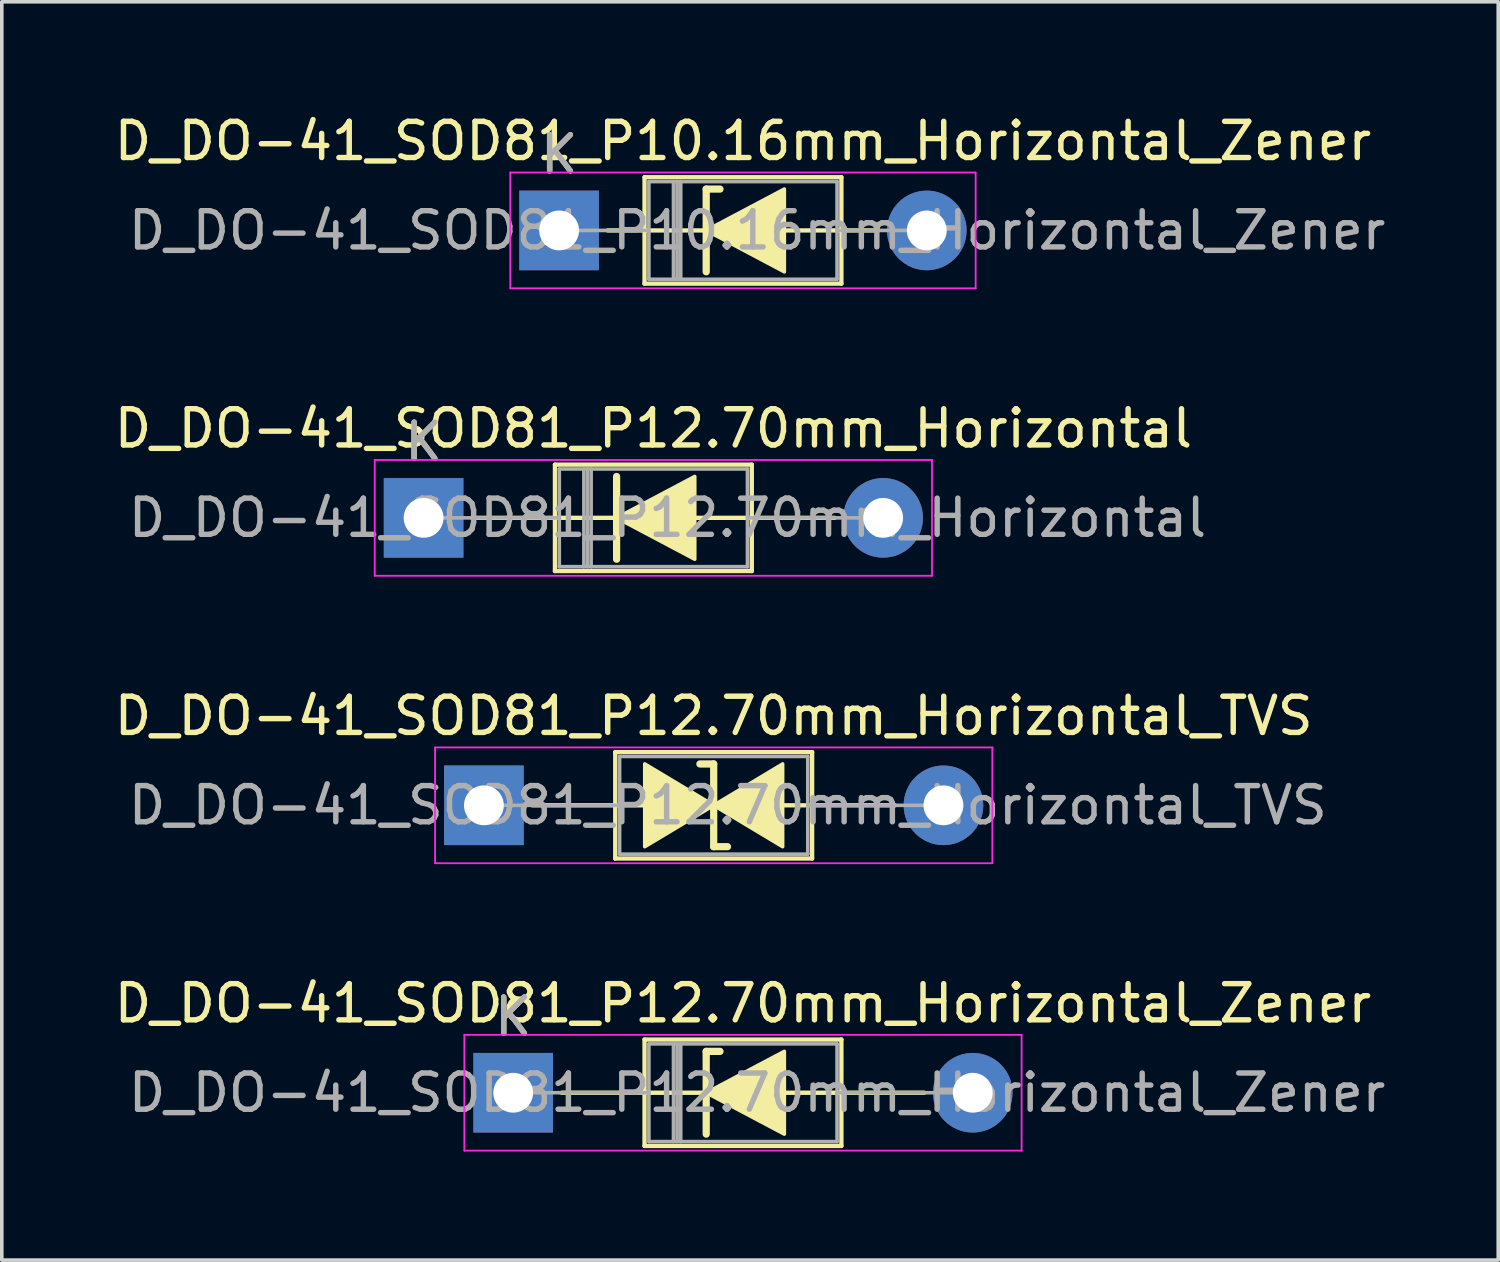
<source format=kicad_pcb>
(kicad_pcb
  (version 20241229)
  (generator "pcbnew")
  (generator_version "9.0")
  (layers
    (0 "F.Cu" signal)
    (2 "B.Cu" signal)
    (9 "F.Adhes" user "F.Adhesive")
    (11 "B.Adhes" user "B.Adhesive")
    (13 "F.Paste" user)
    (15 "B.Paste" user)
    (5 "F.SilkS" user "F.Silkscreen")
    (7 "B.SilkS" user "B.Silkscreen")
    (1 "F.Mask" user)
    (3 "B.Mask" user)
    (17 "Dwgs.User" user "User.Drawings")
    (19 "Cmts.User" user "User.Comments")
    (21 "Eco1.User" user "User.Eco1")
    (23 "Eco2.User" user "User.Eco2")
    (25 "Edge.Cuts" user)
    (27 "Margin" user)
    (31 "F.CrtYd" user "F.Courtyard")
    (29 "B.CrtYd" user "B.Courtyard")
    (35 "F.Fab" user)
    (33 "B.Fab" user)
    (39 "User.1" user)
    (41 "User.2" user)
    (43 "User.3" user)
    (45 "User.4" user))
  (footprint "D_DO-41_SOD81_P10.16mm_Horizontal_Zener"
    (layer "F.Cu")
    (at 12.402 3.318)
    (property "Reference" "D_DO-41_SOD81_P10.16mm_Horizontal_Zener" (at 5.08 -2.47 0) (layer "F.SilkS") (effects (font (size 1 1) (thickness 0.15))))
    (attr through_hole)
    (fp_line (start 1.34 0) (end 2.36 0) (stroke (width 0.12) (type solid)) (layer "F.SilkS"))
    (fp_line (start 2.36 -1.47) (end 2.36 1.47) (stroke (width 0.12) (type solid)) (layer "F.SilkS"))
    (fp_line (start 2.36 1.47) (end 7.8 1.47) (stroke (width 0.12) (type solid)) (layer "F.SilkS"))
    (fp_line (start 4.064 -1.143) (end 4.064 1.143) (stroke (width 0.2) (type solid)) (layer "F.SilkS"))
    (fp_line (start 4.064 -1.143) (end 4.445 -1.143) (stroke (width 0.2) (type solid)) (layer "F.SilkS"))
    (fp_line (start 4.064 0) (end 2.36 0) (stroke (width 0.12) (type solid)) (layer "F.SilkS"))
    (fp_line (start 6.223 0) (end 7.8 0) (stroke (width 0.12) (type solid)) (layer "F.SilkS"))
    (fp_line (start 7.8 -1.47) (end 2.36 -1.47) (stroke (width 0.12) (type solid)) (layer "F.SilkS"))
    (fp_line (start 7.8 1.47) (end 7.8 -1.47) (stroke (width 0.12) (type solid)) (layer "F.SilkS"))
    (fp_line (start 8.82 0) (end 7.8 0) (stroke (width 0.12) (type solid)) (layer "F.SilkS"))
    (fp_poly (pts (xy 6.223 1.143) (xy 4.064 0) (xy 6.223 -1.143)) (stroke (width 0.1) (type solid)) (fill yes) (layer "F.SilkS"))
    (fp_line (start -1.35 -1.6) (end -1.35 1.6) (stroke (width 0.05) (type solid)) (layer "F.CrtYd"))
    (fp_line (start -1.35 1.6) (end 11.51 1.6) (stroke (width 0.05) (type solid)) (layer "F.CrtYd"))
    (fp_line (start 11.51 -1.6) (end -1.35 -1.6) (stroke (width 0.05) (type solid)) (layer "F.CrtYd"))
    (fp_line (start 11.51 1.6) (end 11.51 -1.6) (stroke (width 0.05) (type solid)) (layer "F.CrtYd"))
    (fp_line (start 0 0) (end 2.48 0) (stroke (width 0.1) (type solid)) (layer "F.Fab"))
    (fp_line (start 2.48 -1.35) (end 2.48 1.35) (stroke (width 0.1) (type solid)) (layer "F.Fab"))
    (fp_line (start 2.48 1.35) (end 7.68 1.35) (stroke (width 0.1) (type solid)) (layer "F.Fab"))
    (fp_line (start 3.16 -1.35) (end 3.16 1.35) (stroke (width 0.1) (type solid)) (layer "F.Fab"))
    (fp_line (start 3.26 -1.35) (end 3.26 1.35) (stroke (width 0.1) (type solid)) (layer "F.Fab"))
    (fp_line (start 3.36 -1.35) (end 3.36 1.35) (stroke (width 0.1) (type solid)) (layer "F.Fab"))
    (fp_line (start 7.68 -1.35) (end 2.48 -1.35) (stroke (width 0.1) (type solid)) (layer "F.Fab"))
    (fp_line (start 7.68 1.35) (end 7.68 -1.35) (stroke (width 0.1) (type solid)) (layer "F.Fab"))
    (fp_line (start 10.16 0) (end 7.68 0) (stroke (width 0.1) (type solid)) (layer "F.Fab"))
    (fp_text user "K" (at 0 -2.1 0) (layer "F.SilkS") (effects (font (size 1 1) (thickness 0.15))))
    (fp_text user "K" (at 0 -2.1 0) (layer "F.Fab") (effects (font (size 1 1) (thickness 0.15))))
    (fp_text user "${REFERENCE}" (at 5.47 0 0) (layer "F.Fab") (effects (font (size 1 1) (thickness 0.15))))
    (pad "1" thru_hole rect (at 0 0) (size 2.2 2.2) (drill 1.1) (layers "*.Cu" "*.Mask"))
    (pad "2" thru_hole oval (at 10.16 0) (size 2.2 2.2) (drill 1.1) (layers "*.Cu" "*.Mask")))
  (footprint "D_DO-41_SOD81_P12.70mm_Horizontal_Zener"
    (layer "F.Cu")
    (at 11.132 27.148)
    (property "Reference" "D_DO-41_SOD81_P12.70mm_Horizontal_Zener" (at 6.35 -2.47 0) (layer "F.SilkS") (effects (font (size 1 1) (thickness 0.15))))
    (attr through_hole)
    (fp_line (start 1.34 0) (end 3.63 0) (stroke (width 0.12) (type solid)) (layer "F.SilkS"))
    (fp_line (start 3.63 -1.47) (end 3.63 1.47) (stroke (width 0.12) (type solid)) (layer "F.SilkS"))
    (fp_line (start 3.63 1.47) (end 9.07 1.47) (stroke (width 0.12) (type solid)) (layer "F.SilkS"))
    (fp_line (start 5.334 -1.143) (end 5.334 1.143) (stroke (width 0.2) (type solid)) (layer "F.SilkS"))
    (fp_line (start 5.334 -1.143) (end 5.715 -1.143) (stroke (width 0.2) (type solid)) (layer "F.SilkS"))
    (fp_line (start 5.334 0) (end 3.63 0) (stroke (width 0.12) (type solid)) (layer "F.SilkS"))
    (fp_line (start 7.493 0) (end 9.07 0) (stroke (width 0.12) (type solid)) (layer "F.SilkS"))
    (fp_line (start 9.07 -1.47) (end 3.63 -1.47) (stroke (width 0.12) (type solid)) (layer "F.SilkS"))
    (fp_line (start 9.07 1.47) (end 9.07 -1.47) (stroke (width 0.12) (type solid)) (layer "F.SilkS"))
    (fp_line (start 11.36 0) (end 9.07 0) (stroke (width 0.12) (type solid)) (layer "F.SilkS"))
    (fp_poly (pts (xy 7.493 1.143) (xy 5.334 0) (xy 7.493 -1.143)) (stroke (width 0.1) (type solid)) (fill yes) (layer "F.SilkS"))
    (fp_line (start -1.35 -1.6) (end -1.35 1.6) (stroke (width 0.05) (type solid)) (layer "F.CrtYd"))
    (fp_line (start -1.35 1.6) (end 14.05 1.6) (stroke (width 0.05) (type solid)) (layer "F.CrtYd"))
    (fp_line (start 14.05 -1.6) (end -1.35 -1.6) (stroke (width 0.05) (type solid)) (layer "F.CrtYd"))
    (fp_line (start 14.05 1.6) (end 14.05 -1.6) (stroke (width 0.05) (type solid)) (layer "F.CrtYd"))
    (fp_line (start 0 0) (end 3.75 0) (stroke (width 0.1) (type solid)) (layer "F.Fab"))
    (fp_line (start 3.75 -1.35) (end 3.75 1.35) (stroke (width 0.1) (type solid)) (layer "F.Fab"))
    (fp_line (start 3.75 1.35) (end 8.95 1.35) (stroke (width 0.1) (type solid)) (layer "F.Fab"))
    (fp_line (start 4.43 -1.35) (end 4.43 1.35) (stroke (width 0.1) (type solid)) (layer "F.Fab"))
    (fp_line (start 4.53 -1.35) (end 4.53 1.35) (stroke (width 0.1) (type solid)) (layer "F.Fab"))
    (fp_line (start 4.63 -1.35) (end 4.63 1.35) (stroke (width 0.1) (type solid)) (layer "F.Fab"))
    (fp_line (start 8.95 -1.35) (end 3.75 -1.35) (stroke (width 0.1) (type solid)) (layer "F.Fab"))
    (fp_line (start 8.95 1.35) (end 8.95 -1.35) (stroke (width 0.1) (type solid)) (layer "F.Fab"))
    (fp_line (start 12.7 0) (end 8.95 0) (stroke (width 0.1) (type solid)) (layer "F.Fab"))
    (fp_text user "K" (at 0 -2.1 0) (layer "F.SilkS") (effects (font (size 1 1) (thickness 0.15))))
    (fp_text user "K" (at 0 -2.1 0) (layer "F.Fab") (effects (font (size 1 1) (thickness 0.15))))
    (fp_text user "${REFERENCE}" (at 6.74 0 0) (layer "F.Fab") (effects (font (size 1 1) (thickness 0.15))))
    (pad "1" thru_hole rect (at 0 0) (size 2.2 2.2) (drill 1.1) (layers "*.Cu" "*.Mask"))
    (pad "2" thru_hole oval (at 12.7 0) (size 2.2 2.2) (drill 1.1) (layers "*.Cu" "*.Mask")))
  (footprint "D_DO-41_SOD81_P12.70mm_Horizontal_TVS"
    (layer "F.Cu")
    (at 10.323 19.205)
    (property "Reference" "D_DO-41_SOD81_P12.70mm_Horizontal_TVS" (at 6.35 -2.47 0) (layer "F.SilkS") (effects (font (size 1 1) (thickness 0.15))))
    (attr through_hole)
    (fp_line (start 1.34 0) (end 3.63 0) (stroke (width 0.12) (type solid)) (layer "F.SilkS"))
    (fp_line (start 3.63 -1.47) (end 3.63 1.47) (stroke (width 0.12) (type solid)) (layer "F.SilkS"))
    (fp_line (start 3.63 0) (end 4.445 0) (stroke (width 0.12) (type solid)) (layer "F.SilkS"))
    (fp_line (start 3.63 1.47) (end 9.07 1.47) (stroke (width 0.12) (type solid)) (layer "F.SilkS"))
    (fp_line (start 6.35 -1.143) (end 5.969 -1.143) (stroke (width 0.2) (type solid)) (layer "F.SilkS"))
    (fp_line (start 6.35 1.143) (end 6.35 -1.143) (stroke (width 0.2) (type solid)) (layer "F.SilkS"))
    (fp_line (start 6.731 1.143) (end 6.35 1.143) (stroke (width 0.2) (type solid)) (layer "F.SilkS"))
    (fp_line (start 8.255 0) (end 9.07 0) (stroke (width 0.12) (type solid)) (layer "F.SilkS"))
    (fp_line (start 9.07 -1.47) (end 3.63 -1.47) (stroke (width 0.12) (type solid)) (layer "F.SilkS"))
    (fp_line (start 9.07 1.47) (end 9.07 -1.47) (stroke (width 0.12) (type solid)) (layer "F.SilkS"))
    (fp_line (start 11.36 0) (end 9.07 0) (stroke (width 0.12) (type solid)) (layer "F.SilkS"))
    (fp_poly (pts (xy 6.35 0) (xy 4.445 1.143) (xy 4.445 -1.143)) (stroke (width 0.1) (type solid)) (fill yes) (layer "F.SilkS"))
    (fp_poly (pts (xy 6.35 0) (xy 8.255 -1.143) (xy 8.255 1.143)) (stroke (width 0.1) (type solid)) (fill yes) (layer "F.SilkS"))
    (fp_line (start -1.35 -1.6) (end -1.35 1.6) (stroke (width 0.05) (type solid)) (layer "F.CrtYd"))
    (fp_line (start -1.35 1.6) (end 14.05 1.6) (stroke (width 0.05) (type solid)) (layer "F.CrtYd"))
    (fp_line (start 14.05 -1.6) (end -1.35 -1.6) (stroke (width 0.05) (type solid)) (layer "F.CrtYd"))
    (fp_line (start 14.05 1.6) (end 14.05 -1.6) (stroke (width 0.05) (type solid)) (layer "F.CrtYd"))
    (fp_line (start 0 0) (end 3.75 0) (stroke (width 0.1) (type solid)) (layer "F.Fab"))
    (fp_line (start 3.75 -1.35) (end 3.75 1.35) (stroke (width 0.1) (type solid)) (layer "F.Fab"))
    (fp_line (start 3.75 1.35) (end 8.95 1.35) (stroke (width 0.1) (type solid)) (layer "F.Fab"))
    (fp_line (start 8.95 -1.35) (end 3.75 -1.35) (stroke (width 0.1) (type solid)) (layer "F.Fab"))
    (fp_line (start 8.95 1.35) (end 8.95 -1.35) (stroke (width 0.1) (type solid)) (layer "F.Fab"))
    (fp_line (start 12.7 0) (end 8.95 0) (stroke (width 0.1) (type solid)) (layer "F.Fab"))
    (fp_text user "${REFERENCE}" (at 6.74 0 0) (layer "F.Fab") (effects (font (size 1 1) (thickness 0.15))))
    (pad "1" thru_hole rect (at 0 0) (size 2.2 2.2) (drill 1.1) (layers "*.Cu" "*.Mask"))
    (pad "2" thru_hole oval (at 12.7 0) (size 2.2 2.2) (drill 1.1) (layers "*.Cu" "*.Mask")))
  (footprint "D_DO-41_SOD81_P12.70mm_Horizontal"
    (layer "F.Cu")
    (at 8.656 11.261)
    (property "Reference" "D_DO-41_SOD81_P12.70mm_Horizontal" (at 6.35 -2.47 0) (layer "F.SilkS") (effects (font (size 1 1) (thickness 0.15))))
    (attr through_hole)
    (fp_line (start 1.34 0) (end 3.63 0) (stroke (width 0.12) (type solid)) (layer "F.SilkS"))
    (fp_line (start 3.63 -1.47) (end 3.63 1.47) (stroke (width 0.12) (type solid)) (layer "F.SilkS"))
    (fp_line (start 3.63 1.47) (end 9.07 1.47) (stroke (width 0.12) (type solid)) (layer "F.SilkS"))
    (fp_line (start 5.334 -1.143) (end 5.334 1.143) (stroke (width 0.2) (type solid)) (layer "F.SilkS"))
    (fp_line (start 5.334 0) (end 3.63 0) (stroke (width 0.12) (type solid)) (layer "F.SilkS"))
    (fp_line (start 7.493 0) (end 9.07 0) (stroke (width 0.12) (type solid)) (layer "F.SilkS"))
    (fp_line (start 9.07 -1.47) (end 3.63 -1.47) (stroke (width 0.12) (type solid)) (layer "F.SilkS"))
    (fp_line (start 9.07 1.47) (end 9.07 -1.47) (stroke (width 0.12) (type solid)) (layer "F.SilkS"))
    (fp_line (start 11.36 0) (end 9.07 0) (stroke (width 0.12) (type solid)) (layer "F.SilkS"))
    (fp_poly (pts (xy 7.493 1.143) (xy 5.334 0) (xy 7.493 -1.143)) (stroke (width 0.1) (type solid)) (fill yes) (layer "F.SilkS"))
    (fp_line (start -1.35 -1.6) (end -1.35 1.6) (stroke (width 0.05) (type solid)) (layer "F.CrtYd"))
    (fp_line (start -1.35 1.6) (end 14.05 1.6) (stroke (width 0.05) (type solid)) (layer "F.CrtYd"))
    (fp_line (start 14.05 -1.6) (end -1.35 -1.6) (stroke (width 0.05) (type solid)) (layer "F.CrtYd"))
    (fp_line (start 14.05 1.6) (end 14.05 -1.6) (stroke (width 0.05) (type solid)) (layer "F.CrtYd"))
    (fp_line (start 0 0) (end 3.75 0) (stroke (width 0.1) (type solid)) (layer "F.Fab"))
    (fp_line (start 3.75 -1.35) (end 3.75 1.35) (stroke (width 0.1) (type solid)) (layer "F.Fab"))
    (fp_line (start 3.75 1.35) (end 8.95 1.35) (stroke (width 0.1) (type solid)) (layer "F.Fab"))
    (fp_line (start 4.43 -1.35) (end 4.43 1.35) (stroke (width 0.1) (type solid)) (layer "F.Fab"))
    (fp_line (start 4.53 -1.35) (end 4.53 1.35) (stroke (width 0.1) (type solid)) (layer "F.Fab"))
    (fp_line (start 4.63 -1.35) (end 4.63 1.35) (stroke (width 0.1) (type solid)) (layer "F.Fab"))
    (fp_line (start 8.95 -1.35) (end 3.75 -1.35) (stroke (width 0.1) (type solid)) (layer "F.Fab"))
    (fp_line (start 8.95 1.35) (end 8.95 -1.35) (stroke (width 0.1) (type solid)) (layer "F.Fab"))
    (fp_line (start 12.7 0) (end 8.95 0) (stroke (width 0.1) (type solid)) (layer "F.Fab"))
    (fp_text user "K" (at 0 -2.1 0) (layer "F.SilkS") (effects (font (size 1 1) (thickness 0.15))))
    (fp_text user "K" (at 0 -2.1 0) (layer "F.Fab") (effects (font (size 1 1) (thickness 0.15))))
    (fp_text user "${REFERENCE}" (at 6.74 0 0) (layer "F.Fab") (effects (font (size 1 1) (thickness 0.15))))
    (pad "1" thru_hole rect (at 0 0) (size 2.2 2.2) (drill 1.1) (layers "*.Cu" "*.Mask"))
    (pad "2" thru_hole oval (at 12.7 0) (size 2.2 2.2) (drill 1.1) (layers "*.Cu" "*.Mask")))
  (gr_rect
    (start -3 -3)
    (end 38.354 31.773)
    (stroke (width 0.1) (type default))
    (fill no)
    (layer "Edge.Cuts")))
</source>
